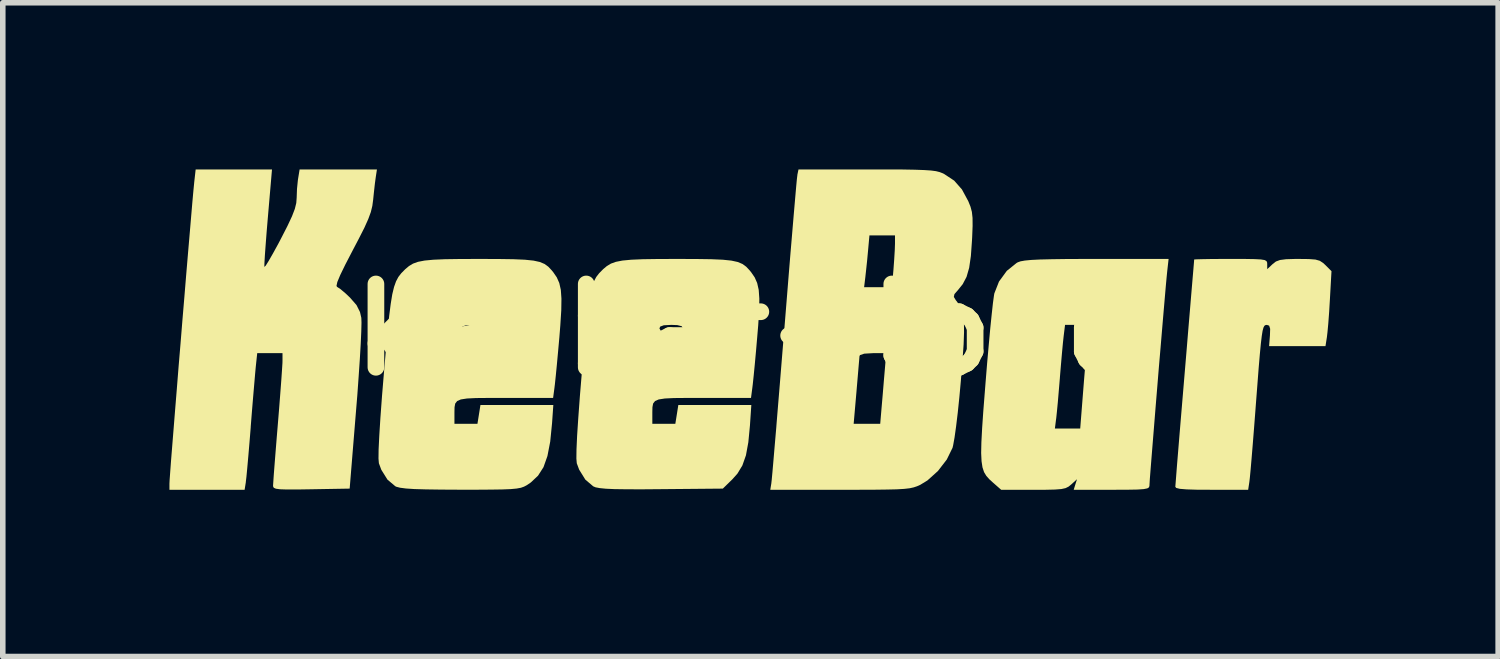
<source format=kicad_pcb>
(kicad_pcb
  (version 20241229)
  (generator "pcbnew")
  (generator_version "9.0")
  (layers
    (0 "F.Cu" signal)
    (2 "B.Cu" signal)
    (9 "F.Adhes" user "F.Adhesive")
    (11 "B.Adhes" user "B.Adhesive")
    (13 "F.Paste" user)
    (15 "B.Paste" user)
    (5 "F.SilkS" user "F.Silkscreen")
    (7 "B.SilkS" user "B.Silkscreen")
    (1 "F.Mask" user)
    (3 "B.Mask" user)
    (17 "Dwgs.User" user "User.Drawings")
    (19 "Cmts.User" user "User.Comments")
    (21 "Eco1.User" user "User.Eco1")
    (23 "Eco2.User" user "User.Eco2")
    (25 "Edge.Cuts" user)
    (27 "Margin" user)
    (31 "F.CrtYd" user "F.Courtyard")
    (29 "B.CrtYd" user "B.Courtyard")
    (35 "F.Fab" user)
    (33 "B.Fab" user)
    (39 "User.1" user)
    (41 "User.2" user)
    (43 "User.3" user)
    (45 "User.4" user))
  (footprint "keebar-logo"
    (layer "F.Cu")
    (at 10.431 2.883)
    (property "Reference" "keebar-logo" (at 0 0 0) (layer "F.SilkS") (effects (font (size 1.5 1.5) (thickness 0.3))))
    (attr board_only exclude_from_pos_files exclude_from_bom)
    (fp_poly (pts (xy 10.077 -1.27) (xy 10.197 -1.261) (xy 10.275 -1.239) (xy 10.336 -1.199) (xy 10.376 -1.162) (xy 10.486 -1.052) (xy 10.457 -0.536) (xy 10.444 -0.319) (xy 10.429 -0.118) (xy 10.414 0.045) (xy 10.403 0.138) (xy 10.378 0.297) (xy 9.87 0.297) (xy 9.363 0.297) (xy 9.378 0.106) (xy 9.382 -0.014) (xy 9.364 -0.071) (xy 9.323 -0.085) (xy 9.299 -0.082) (xy 9.279 -0.069) (xy 9.262 -0.038) (xy 9.246 0.021) (xy 9.231 0.114) (xy 9.215 0.249) (xy 9.197 0.436) (xy 9.176 0.681) (xy 9.152 0.993) (xy 9.122 1.381) (xy 9.116 1.463) (xy 9.092 1.773) (xy 9.069 2.062) (xy 9.048 2.316) (xy 9.03 2.524) (xy 9.016 2.671) (xy 9.007 2.746) (xy 8.986 2.883) (xy 8.33 2.883) (xy 8.067 2.882) (xy 7.878 2.876) (xy 7.756 2.866) (xy 7.692 2.85) (xy 7.675 2.83) (xy 7.679 2.779) (xy 7.689 2.651) (xy 7.704 2.456) (xy 7.725 2.201) (xy 7.75 1.896) (xy 7.779 1.549) (xy 7.811 1.168) (xy 7.845 0.763) (xy 7.879 0.359) (xy 7.91 -0.018) (xy 7.939 -0.361) (xy 7.964 -0.66) (xy 7.985 -0.908) (xy 8.001 -1.096) (xy 8.011 -1.217) (xy 8.014 -1.261) (xy 8.014 -1.262) (xy 8.054 -1.265) (xy 8.165 -1.268) (xy 8.331 -1.271) (xy 8.539 -1.272) (xy 8.672 -1.272) (xy 8.92 -1.272) (xy 9.097 -1.269) (xy 9.214 -1.263) (xy 9.283 -1.252) (xy 9.316 -1.233) (xy 9.328 -1.206) (xy 9.329 -1.18) (xy 9.329 -1.088) (xy 9.427 -1.18) (xy 9.486 -1.226) (xy 9.559 -1.253) (xy 9.668 -1.267) (xy 9.833 -1.272) (xy 9.895 -1.272)) (stroke (width 0) (type solid)) (fill yes) (layer "F.SilkS"))
    (fp_poly (pts (xy 7.529 -1.049) (xy 7.52 -0.959) (xy 7.505 -0.798) (xy 7.486 -0.578) (xy 7.463 -0.311) (xy 7.437 -0.005) (xy 7.409 0.328) (xy 7.379 0.677) (xy 7.35 1.032) (xy 7.321 1.383) (xy 7.294 1.718) (xy 7.269 2.027) (xy 7.247 2.299) (xy 7.229 2.525) (xy 7.216 2.692) (xy 7.21 2.791) (xy 7.209 2.812) (xy 7.201 2.839) (xy 7.171 2.858) (xy 7.105 2.871) (xy 6.993 2.879) (xy 6.823 2.882) (xy 6.581 2.883) (xy 6.527 2.883) (xy 5.846 2.883) (xy 5.875 2.788) (xy 5.905 2.693) (xy 5.801 2.788) (xy 5.754 2.826) (xy 5.7 2.853) (xy 5.624 2.87) (xy 5.509 2.879) (xy 5.339 2.883) (xy 5.119 2.883) (xy 4.54 2.883) (xy 4.393 2.754) (xy 4.326 2.693) (xy 4.273 2.633) (xy 4.232 2.565) (xy 4.204 2.48) (xy 4.187 2.369) (xy 4.18 2.222) (xy 4.184 2.03) (xy 4.197 1.784) (xy 4.197 1.781) (xy 5.507 1.781) (xy 5.735 1.781) (xy 5.963 1.781) (xy 6.014 1.134) (xy 6.034 0.881) (xy 6.055 0.631) (xy 6.073 0.409) (xy 6.088 0.24) (xy 6.092 0.201) (xy 6.118 -0.085) (xy 5.904 -0.085) (xy 5.69 -0.085) (xy 5.665 0.117) (xy 5.652 0.237) (xy 5.635 0.419) (xy 5.616 0.636) (xy 5.597 0.864) (xy 5.597 0.869) (xy 5.578 1.095) (xy 5.56 1.308) (xy 5.543 1.483) (xy 5.531 1.598) (xy 5.53 1.601) (xy 5.507 1.781) (xy 4.197 1.781) (xy 4.218 1.476) (xy 4.248 1.095) (xy 4.26 0.943) (xy 4.288 0.599) (xy 4.317 0.272) (xy 4.344 -0.024) (xy 4.37 -0.277) (xy 4.392 -0.477) (xy 4.41 -0.61) (xy 4.417 -0.651) (xy 4.501 -0.865) (xy 4.642 -1.058) (xy 4.817 -1.199) (xy 4.838 -1.211) (xy 4.888 -1.229) (xy 4.966 -1.243) (xy 5.08 -1.254) (xy 5.239 -1.262) (xy 5.453 -1.267) (xy 5.731 -1.271) (xy 6.08 -1.272) (xy 6.256 -1.272) (xy 7.554 -1.272)) (stroke (width 0) (type solid)) (fill yes) (layer "F.SilkS"))
    (fp_poly (pts (xy -0.946 -1.271) (xy -0.677 -1.267) (xy -0.47 -1.258) (xy -0.315 -1.242) (xy -0.201 -1.217) (xy -0.116 -1.181) (xy -0.049 -1.132) (xy 0.011 -1.068) (xy 0.039 -1.034) (xy 0.103 -0.941) (xy 0.148 -0.839) (xy 0.176 -0.715) (xy 0.187 -0.557) (xy 0.184 -0.349) (xy 0.167 -0.08) (xy 0.149 0.135) (xy 0.127 0.39) (xy 0.105 0.629) (xy 0.085 0.833) (xy 0.069 0.984) (xy 0.061 1.049) (xy 0.037 1.23) (xy -0.825 1.23) (xy -1.126 1.23) (xy -1.352 1.232) (xy -1.514 1.24) (xy -1.624 1.257) (xy -1.69 1.286) (xy -1.725 1.331) (xy -1.737 1.396) (xy -1.739 1.484) (xy -1.739 1.53) (xy -1.739 1.696) (xy -1.532 1.696) (xy -1.325 1.696) (xy -1.298 1.527) (xy -1.271 1.357) (xy -0.614 1.357) (xy 0.043 1.357) (xy 0.018 1.728) (xy -0.011 2.029) (xy -0.054 2.263) (xy -0.118 2.445) (xy -0.207 2.592) (xy -0.297 2.693) (xy -0.47 2.862) (xy -1.582 2.872) (xy -1.933 2.875) (xy -2.209 2.874) (xy -2.421 2.871) (xy -2.576 2.864) (xy -2.686 2.853) (xy -2.76 2.839) (xy -2.803 2.821) (xy -2.945 2.7) (xy -3.056 2.521) (xy -3.099 2.406) (xy -3.106 2.322) (xy -3.104 2.157) (xy -3.093 1.913) (xy -3.072 1.593) (xy -3.043 1.199) (xy -3.01 0.8) (xy -2.974 0.38) (xy -2.943 0.035) (xy -2.937 -0.021) (xy -1.611 -0.021) (xy -1.589 0.019) (xy -1.51 0.038) (xy -1.399 0.042) (xy -1.266 0.036) (xy -1.201 0.012) (xy -1.187 -0.021) (xy -1.21 -0.061) (xy -1.289 -0.081) (xy -1.399 -0.085) (xy -1.533 -0.078) (xy -1.598 -0.054) (xy -1.611 -0.021) (xy -2.937 -0.021) (xy -2.914 -0.244) (xy -2.886 -0.464) (xy -2.858 -0.636) (xy -2.826 -0.768) (xy -2.79 -0.869) (xy -2.748 -0.948) (xy -2.697 -1.014) (xy -2.636 -1.076) (xy -2.623 -1.089) (xy -2.556 -1.145) (xy -2.484 -1.188) (xy -2.395 -1.22) (xy -2.277 -1.243) (xy -2.119 -1.258) (xy -1.911 -1.267) (xy -1.64 -1.271) (xy -1.296 -1.272) (xy -1.288 -1.272)) (stroke (width 0) (type solid)) (fill yes) (layer "F.SilkS"))
    (fp_poly (pts (xy -4.508 -1.271) (xy -4.239 -1.267) (xy -4.032 -1.258) (xy -3.877 -1.242) (xy -3.763 -1.217) (xy -3.678 -1.181) (xy -3.611 -1.132) (xy -3.551 -1.068) (xy -3.523 -1.034) (xy -3.459 -0.941) (xy -3.414 -0.839) (xy -3.386 -0.715) (xy -3.375 -0.557) (xy -3.378 -0.349) (xy -3.395 -0.08) (xy -3.412 0.135) (xy -3.435 0.39) (xy -3.457 0.629) (xy -3.477 0.833) (xy -3.493 0.984) (xy -3.501 1.049) (xy -3.525 1.23) (xy -4.387 1.23) (xy -4.688 1.23) (xy -4.914 1.232) (xy -5.076 1.24) (xy -5.186 1.257) (xy -5.252 1.286) (xy -5.287 1.331) (xy -5.299 1.396) (xy -5.301 1.484) (xy -5.301 1.53) (xy -5.301 1.696) (xy -5.094 1.696) (xy -4.887 1.696) (xy -4.86 1.527) (xy -4.833 1.357) (xy -4.177 1.357) (xy -3.521 1.357) (xy -3.544 1.686) (xy -3.577 2.016) (xy -3.627 2.275) (xy -3.698 2.476) (xy -3.797 2.63) (xy -3.927 2.752) (xy -4.001 2.802) (xy -4.049 2.827) (xy -4.105 2.847) (xy -4.182 2.861) (xy -4.289 2.871) (xy -4.439 2.877) (xy -4.642 2.88) (xy -4.91 2.882) (xy -5.194 2.882) (xy -5.543 2.88) (xy -5.817 2.876) (xy -6.024 2.87) (xy -6.175 2.86) (xy -6.28 2.846) (xy -6.346 2.829) (xy -6.365 2.82) (xy -6.506 2.701) (xy -6.617 2.524) (xy -6.661 2.406) (xy -6.668 2.322) (xy -6.666 2.157) (xy -6.654 1.913) (xy -6.634 1.593) (xy -6.605 1.199) (xy -6.572 0.8) (xy -6.536 0.38) (xy -6.505 0.035) (xy -6.499 -0.021) (xy -5.173 -0.021) (xy -5.151 0.019) (xy -5.072 0.038) (xy -4.961 0.042) (xy -4.828 0.036) (xy -4.763 0.012) (xy -4.749 -0.021) (xy -4.772 -0.061) (xy -4.851 -0.081) (xy -4.961 -0.085) (xy -5.095 -0.078) (xy -5.16 -0.054) (xy -5.173 -0.021) (xy -6.499 -0.021) (xy -6.476 -0.244) (xy -6.448 -0.464) (xy -6.42 -0.636) (xy -6.388 -0.768) (xy -6.352 -0.869) (xy -6.31 -0.948) (xy -6.259 -1.014) (xy -6.198 -1.076) (xy -6.185 -1.089) (xy -6.118 -1.145) (xy -6.046 -1.188) (xy -5.957 -1.22) (xy -5.839 -1.243) (xy -5.681 -1.258) (xy -5.473 -1.267) (xy -5.202 -1.271) (xy -4.858 -1.272) (xy -4.85 -1.272)) (stroke (width 0) (type solid)) (fill yes) (layer "F.SilkS"))
    (fp_poly (pts (xy -8.659 -2.025) (xy -8.681 -1.763) (xy -8.699 -1.529) (xy -8.713 -1.338) (xy -8.721 -1.201) (xy -8.723 -1.133) (xy -8.722 -1.129) (xy -8.699 -1.15) (xy -8.645 -1.236) (xy -8.567 -1.372) (xy -8.471 -1.547) (xy -8.426 -1.633) (xy -8.307 -1.865) (xy -8.225 -2.04) (xy -8.174 -2.173) (xy -8.148 -2.279) (xy -8.141 -2.371) (xy -8.135 -2.533) (xy -8.119 -2.692) (xy -8.114 -2.724) (xy -8.088 -2.883) (xy -7.392 -2.883) (xy -6.696 -2.883) (xy -6.717 -2.746) (xy -6.733 -2.628) (xy -6.751 -2.466) (xy -6.764 -2.339) (xy -6.779 -2.227) (xy -6.806 -2.116) (xy -6.852 -1.99) (xy -6.922 -1.834) (xy -7.024 -1.633) (xy -7.131 -1.429) (xy -7.264 -1.173) (xy -7.356 -0.984) (xy -7.409 -0.857) (xy -7.424 -0.787) (xy -7.414 -0.769) (xy -7.355 -0.731) (xy -7.26 -0.651) (xy -7.181 -0.576) (xy -7.064 -0.442) (xy -7.001 -0.316) (xy -6.977 -0.211) (xy -6.974 -0.124) (xy -6.978 0.036) (xy -6.988 0.258) (xy -7.004 0.53) (xy -7.025 0.84) (xy -7.049 1.178) (xy -7.069 1.421) (xy -7.187 2.862) (xy -7.877 2.874) (xy -8.133 2.878) (xy -8.317 2.878) (xy -8.44 2.874) (xy -8.514 2.864) (xy -8.552 2.848) (xy -8.565 2.823) (xy -8.566 2.81) (xy -8.562 2.748) (xy -8.553 2.614) (xy -8.538 2.421) (xy -8.519 2.182) (xy -8.497 1.909) (xy -8.481 1.717) (xy -8.457 1.424) (xy -8.436 1.153) (xy -8.418 0.916) (xy -8.405 0.728) (xy -8.397 0.602) (xy -8.396 0.562) (xy -8.396 0.424) (xy -8.624 0.424) (xy -8.851 0.424) (xy -8.877 0.668) (xy -8.888 0.787) (xy -8.904 0.973) (xy -8.924 1.207) (xy -8.946 1.472) (xy -8.968 1.75) (xy -8.968 1.76) (xy -8.99 2.028) (xy -9.011 2.276) (xy -9.03 2.488) (xy -9.045 2.648) (xy -9.056 2.74) (xy -9.056 2.746) (xy -9.078 2.883) (xy -9.755 2.883) (xy -10.431 2.883) (xy -10.431 2.772) (xy -10.428 2.71) (xy -10.418 2.573) (xy -10.403 2.369) (xy -10.382 2.108) (xy -10.357 1.797) (xy -10.329 1.447) (xy -10.298 1.066) (xy -10.266 0.663) (xy -10.231 0.246) (xy -10.197 -0.174) (xy -10.162 -0.59) (xy -10.129 -0.993) (xy -10.097 -1.372) (xy -10.067 -1.721) (xy -10.041 -2.028) (xy -10.019 -2.287) (xy -10.001 -2.487) (xy -9.988 -2.62) (xy -9.984 -2.661) (xy -9.959 -2.883) (xy -9.272 -2.883) (xy -8.585 -2.883)) (stroke (width 0) (type solid)) (fill yes) (layer "F.SilkS"))
    (fp_poly (pts (xy 2.482 -2.883) (xy 2.767 -2.882) (xy 2.987 -2.878) (xy 3.154 -2.872) (xy 3.277 -2.864) (xy 3.367 -2.852) (xy 3.434 -2.835) (xy 3.488 -2.814) (xy 3.511 -2.803) (xy 3.694 -2.682) (xy 3.834 -2.523) (xy 3.948 -2.312) (xy 3.988 -2.213) (xy 4.013 -2.119) (xy 4.025 -2.01) (xy 4.026 -1.865) (xy 4.018 -1.661) (xy 4.015 -1.606) (xy 3.995 -1.325) (xy 3.964 -1.112) (xy 3.917 -0.949) (xy 3.848 -0.818) (xy 3.766 -0.716) (xy 3.699 -0.639) (xy 3.688 -0.588) (xy 3.726 -0.526) (xy 3.739 -0.511) (xy 3.791 -0.437) (xy 3.83 -0.355) (xy 3.856 -0.255) (xy 3.87 -0.124) (xy 3.872 0.047) (xy 3.864 0.27) (xy 3.844 0.555) (xy 3.815 0.914) (xy 3.815 0.916) (xy 3.788 1.213) (xy 3.759 1.493) (xy 3.729 1.741) (xy 3.701 1.942) (xy 3.676 2.081) (xy 3.665 2.127) (xy 3.561 2.339) (xy 3.402 2.545) (xy 3.213 2.715) (xy 3.082 2.795) (xy 3.025 2.82) (xy 2.965 2.84) (xy 2.892 2.856) (xy 2.794 2.867) (xy 2.662 2.875) (xy 2.485 2.879) (xy 2.253 2.882) (xy 1.955 2.883) (xy 1.641 2.883) (xy 0.384 2.883) (xy 0.403 2.767) (xy 0.41 2.705) (xy 0.423 2.566) (xy 0.441 2.358) (xy 0.464 2.087) (xy 0.492 1.763) (xy 0.497 1.696) (xy 1.885 1.696) (xy 2.124 1.696) (xy 2.363 1.696) (xy 2.39 1.378) (xy 2.409 1.159) (xy 2.429 0.916) (xy 2.444 0.742) (xy 2.471 0.424) (xy 2.232 0.424) (xy 2.075 0.433) (xy 1.999 0.459) (xy 1.99 0.477) (xy 1.985 0.537) (xy 1.974 0.664) (xy 1.959 0.842) (xy 1.941 1.052) (xy 1.936 1.113) (xy 1.885 1.696) (xy 0.497 1.696) (xy 0.522 1.391) (xy 0.556 0.98) (xy 0.592 0.537) (xy 0.63 0.071) (xy 0.638 -0.021) (xy 0.676 -0.491) (xy 0.698 -0.763) (xy 2.073 -0.763) (xy 2.323 -0.763) (xy 2.574 -0.763) (xy 2.602 -1.088) (xy 2.615 -1.267) (xy 2.625 -1.432) (xy 2.629 -1.549) (xy 2.629 -1.554) (xy 2.629 -1.696) (xy 2.399 -1.696) (xy 2.169 -1.696) (xy 2.143 -1.41) (xy 2.126 -1.229) (xy 2.107 -1.052) (xy 2.095 -0.943) (xy 2.073 -0.763) (xy 0.698 -0.763) (xy 0.712 -0.938) (xy 0.746 -1.353) (xy 0.778 -1.731) (xy 0.806 -2.063) (xy 0.83 -2.341) (xy 0.849 -2.559) (xy 0.863 -2.709) (xy 0.872 -2.783) (xy 0.872 -2.788) (xy 0.892 -2.883) (xy 2.123 -2.883)) (stroke (width 0) (type solid)) (fill yes) (layer "F.SilkS")))
  (gr_rect
    (start -3 -3)
    (end 23.917 8.767)
    (stroke (width 0.1) (type default))
    (fill no)
    (layer "Edge.Cuts")))
</source>
